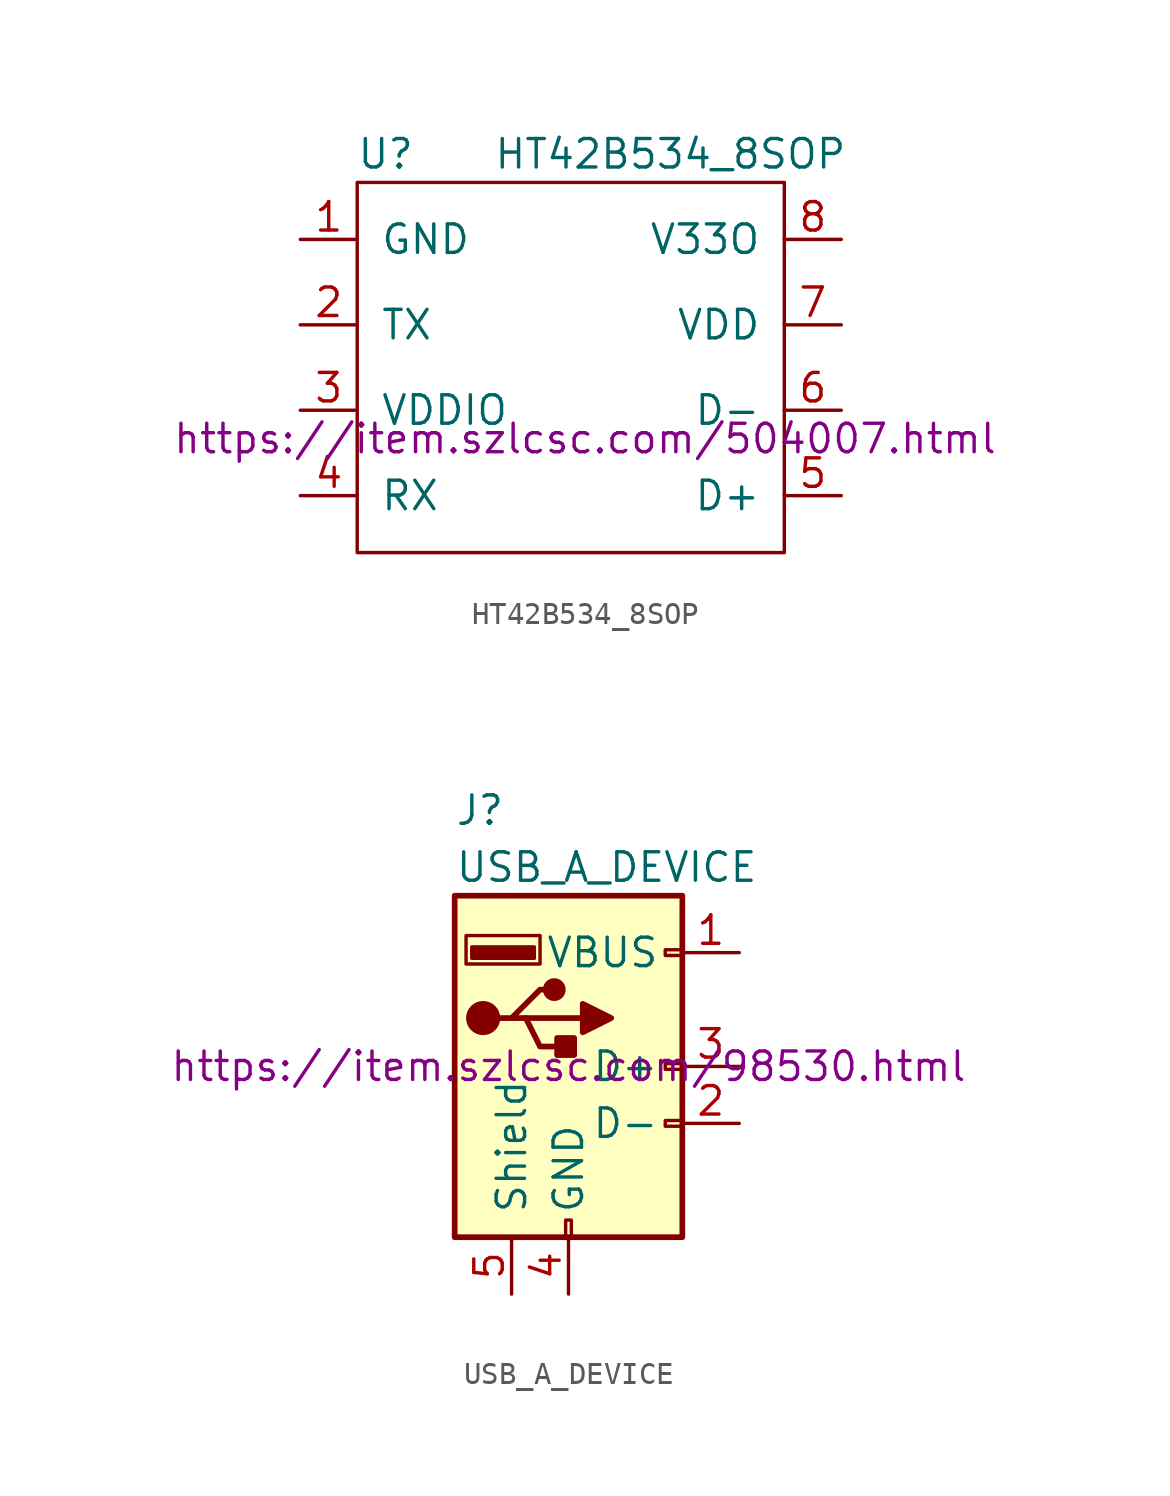
<source format=kicad_sym>
(kicad_symbol_lib
  (version 20211014)
  (generator kicad_symbol_editor)
  (symbol "HT42B534_8SOP"
    (pin_names
      (offset 1.016))
    (property "Reference" "U"
      (at -8.89 12.7 0)
      (effects (font (size 1.27 1.27))))
    (property "Value" "HT42B534_8SOP"
      (at 3.81 12.7 0)
      (effects (font (size 1.27 1.27))))
    (property "Product" "https://item.szlcsc.com/504007.html"
      (at 0 0 0)
      (effects (font (size 1.27 1.27))))
    (symbol "HT42B534_8SOP_0_1"
      (rectangle (start -10.16 11.43) (end 8.89 -5.08) (stroke (width 0) (type default) (color 0 0 0 0)) (fill (type none))))
    (symbol "HT42B534_8SOP_1_1"
      (pin power_in line (at -12.7 8.89 0) (length 2.54) (name "GND" (effects (font (size 1.27 1.27)))) (number "1" (effects (font (size 1.27 1.27)))))
      (pin output line (at -12.7 5.08 0) (length 2.54) (name "TX" (effects (font (size 1.27 1.27)))) (number "2" (effects (font (size 1.27 1.27)))))
      (pin input line (at -12.7 1.27 0) (length 2.54) (name "VDDIO" (effects (font (size 1.27 1.27)))) (number "3" (effects (font (size 1.27 1.27)))))
      (pin input line (at -12.7 -2.54 0) (length 2.54) (name "RX" (effects (font (size 1.27 1.27)))) (number "4" (effects (font (size 1.27 1.27)))))
      (pin bidirectional line (at 11.43 -2.54 180) (length 2.54) (name "D+" (effects (font (size 1.27 1.27)))) (number "5" (effects (font (size 1.27 1.27)))))
      (pin bidirectional line (at 11.43 1.27 180) (length 2.54) (name "D-" (effects (font (size 1.27 1.27)))) (number "6" (effects (font (size 1.27 1.27)))))
      (pin power_in line (at 11.43 5.08 180) (length 2.54) (name "VDD" (effects (font (size 1.27 1.27)))) (number "7" (effects (font (size 1.27 1.27)))))
      (pin power_out line (at 11.43 8.89 180) (length 2.54) (name "V33O" (effects (font (size 1.27 1.27)))) (number "8" (effects (font (size 1.27 1.27)))))))
  (symbol "USB_A_DEVICE"
    (pin_names
      (offset 1.016))
    (property "Reference" "J"
      (at -5.08 11.43 0)
      (effects (font (size 1.27 1.27)) (justify left)))
    (property "Value" "USB_A_DEVICE"
      (at -5.08 8.89 0)
      (effects (font (size 1.27 1.27)) (justify left)))
    (property "Product" "https://item.szlcsc.com/98530.html"
      (at 0 0 0)
      (effects (font (size 1.27 1.27))))
    (symbol "USB_A_DEVICE_0_1"
      (rectangle (start -5.08 -7.62) (end 5.08 7.62) (stroke (width 0.254) (type default) (color 0 0 0 0)) (fill (type background)))
      (circle (center -3.81 2.159) (radius 0.635) (stroke (width 0.254) (type default) (color 0 0 0 0)) (fill (type outline)))
      (rectangle (start -1.524 4.826) (end -4.318 5.334) (stroke (width 0) (type default) (color 0 0 0 0)) (fill (type outline)))
      (rectangle (start -1.27 4.572) (end -4.572 5.842) (stroke (width 0) (type default) (color 0 0 0 0)) (fill (type none)))
      (circle (center -0.635 3.429) (radius 0.381) (stroke (width 0.254) (type default) (color 0 0 0 0)) (fill (type outline)))
      (rectangle (start -0.127 -7.62) (end 0.127 -6.858) (stroke (width 0) (type default) (color 0 0 0 0)) (fill (type none)))
      (polyline (pts (xy -3.175 2.159) (xy -2.54 2.159) (xy -1.27 3.429) (xy -0.635 3.429)) (stroke (width 0.254) (type default) (color 0 0 0 0)) (fill (type none)))
      (polyline (pts (xy -2.54 2.159) (xy -1.905 2.159) (xy -1.27 0.889) (xy 0 0.889)) (stroke (width 0.254) (type default) (color 0 0 0 0)) (fill (type none)))
      (polyline (pts (xy 0.635 2.794) (xy 0.635 1.524) (xy 1.905 2.159) (xy 0.635 2.794)) (stroke (width 0.254) (type default) (color 0 0 0 0)) (fill (type outline)))
      (rectangle (start 0.254 1.27) (end -0.508 0.508) (stroke (width 0.254) (type default) (color 0 0 0 0)) (fill (type outline)))
      (rectangle (start 5.08 -2.667) (end 4.318 -2.413) (stroke (width 0) (type default) (color 0 0 0 0)) (fill (type none)))
      (rectangle (start 5.08 -0.127) (end 4.318 0.127) (stroke (width 0) (type default) (color 0 0 0 0)) (fill (type none)))
      (rectangle (start 5.08 4.953) (end 4.318 5.207) (stroke (width 0) (type default) (color 0 0 0 0)) (fill (type none))))
    (symbol "USB_A_DEVICE_1_1"
      (polyline (pts (xy -1.905 2.159) (xy 0.635 2.159)) (stroke (width 0.254) (type default) (color 0 0 0 0)) (fill (type none)))
      (pin power_out line (at 7.62 5.08 180) (length 2.54) (name "VBUS" (effects (font (size 1.27 1.27)))) (number "1" (effects (font (size 1.27 1.27)))))
      (pin bidirectional line (at 7.62 -2.54 180) (length 2.54) (name "D-" (effects (font (size 1.27 1.27)))) (number "2" (effects (font (size 1.27 1.27)))))
      (pin bidirectional line (at 7.62 0 180) (length 2.54) (name "D+" (effects (font (size 1.27 1.27)))) (number "3" (effects (font (size 1.27 1.27)))))
      (pin power_out line (at 0 -10.16 90) (length 2.54) (name "GND" (effects (font (size 1.27 1.27)))) (number "4" (effects (font (size 1.27 1.27)))))
      (pin passive line (at -2.54 -10.16 90) (length 2.54) (name "Shield" (effects (font (size 1.27 1.27)))) (number "5" (effects (font (size 1.27 1.27))))))))
</source>
